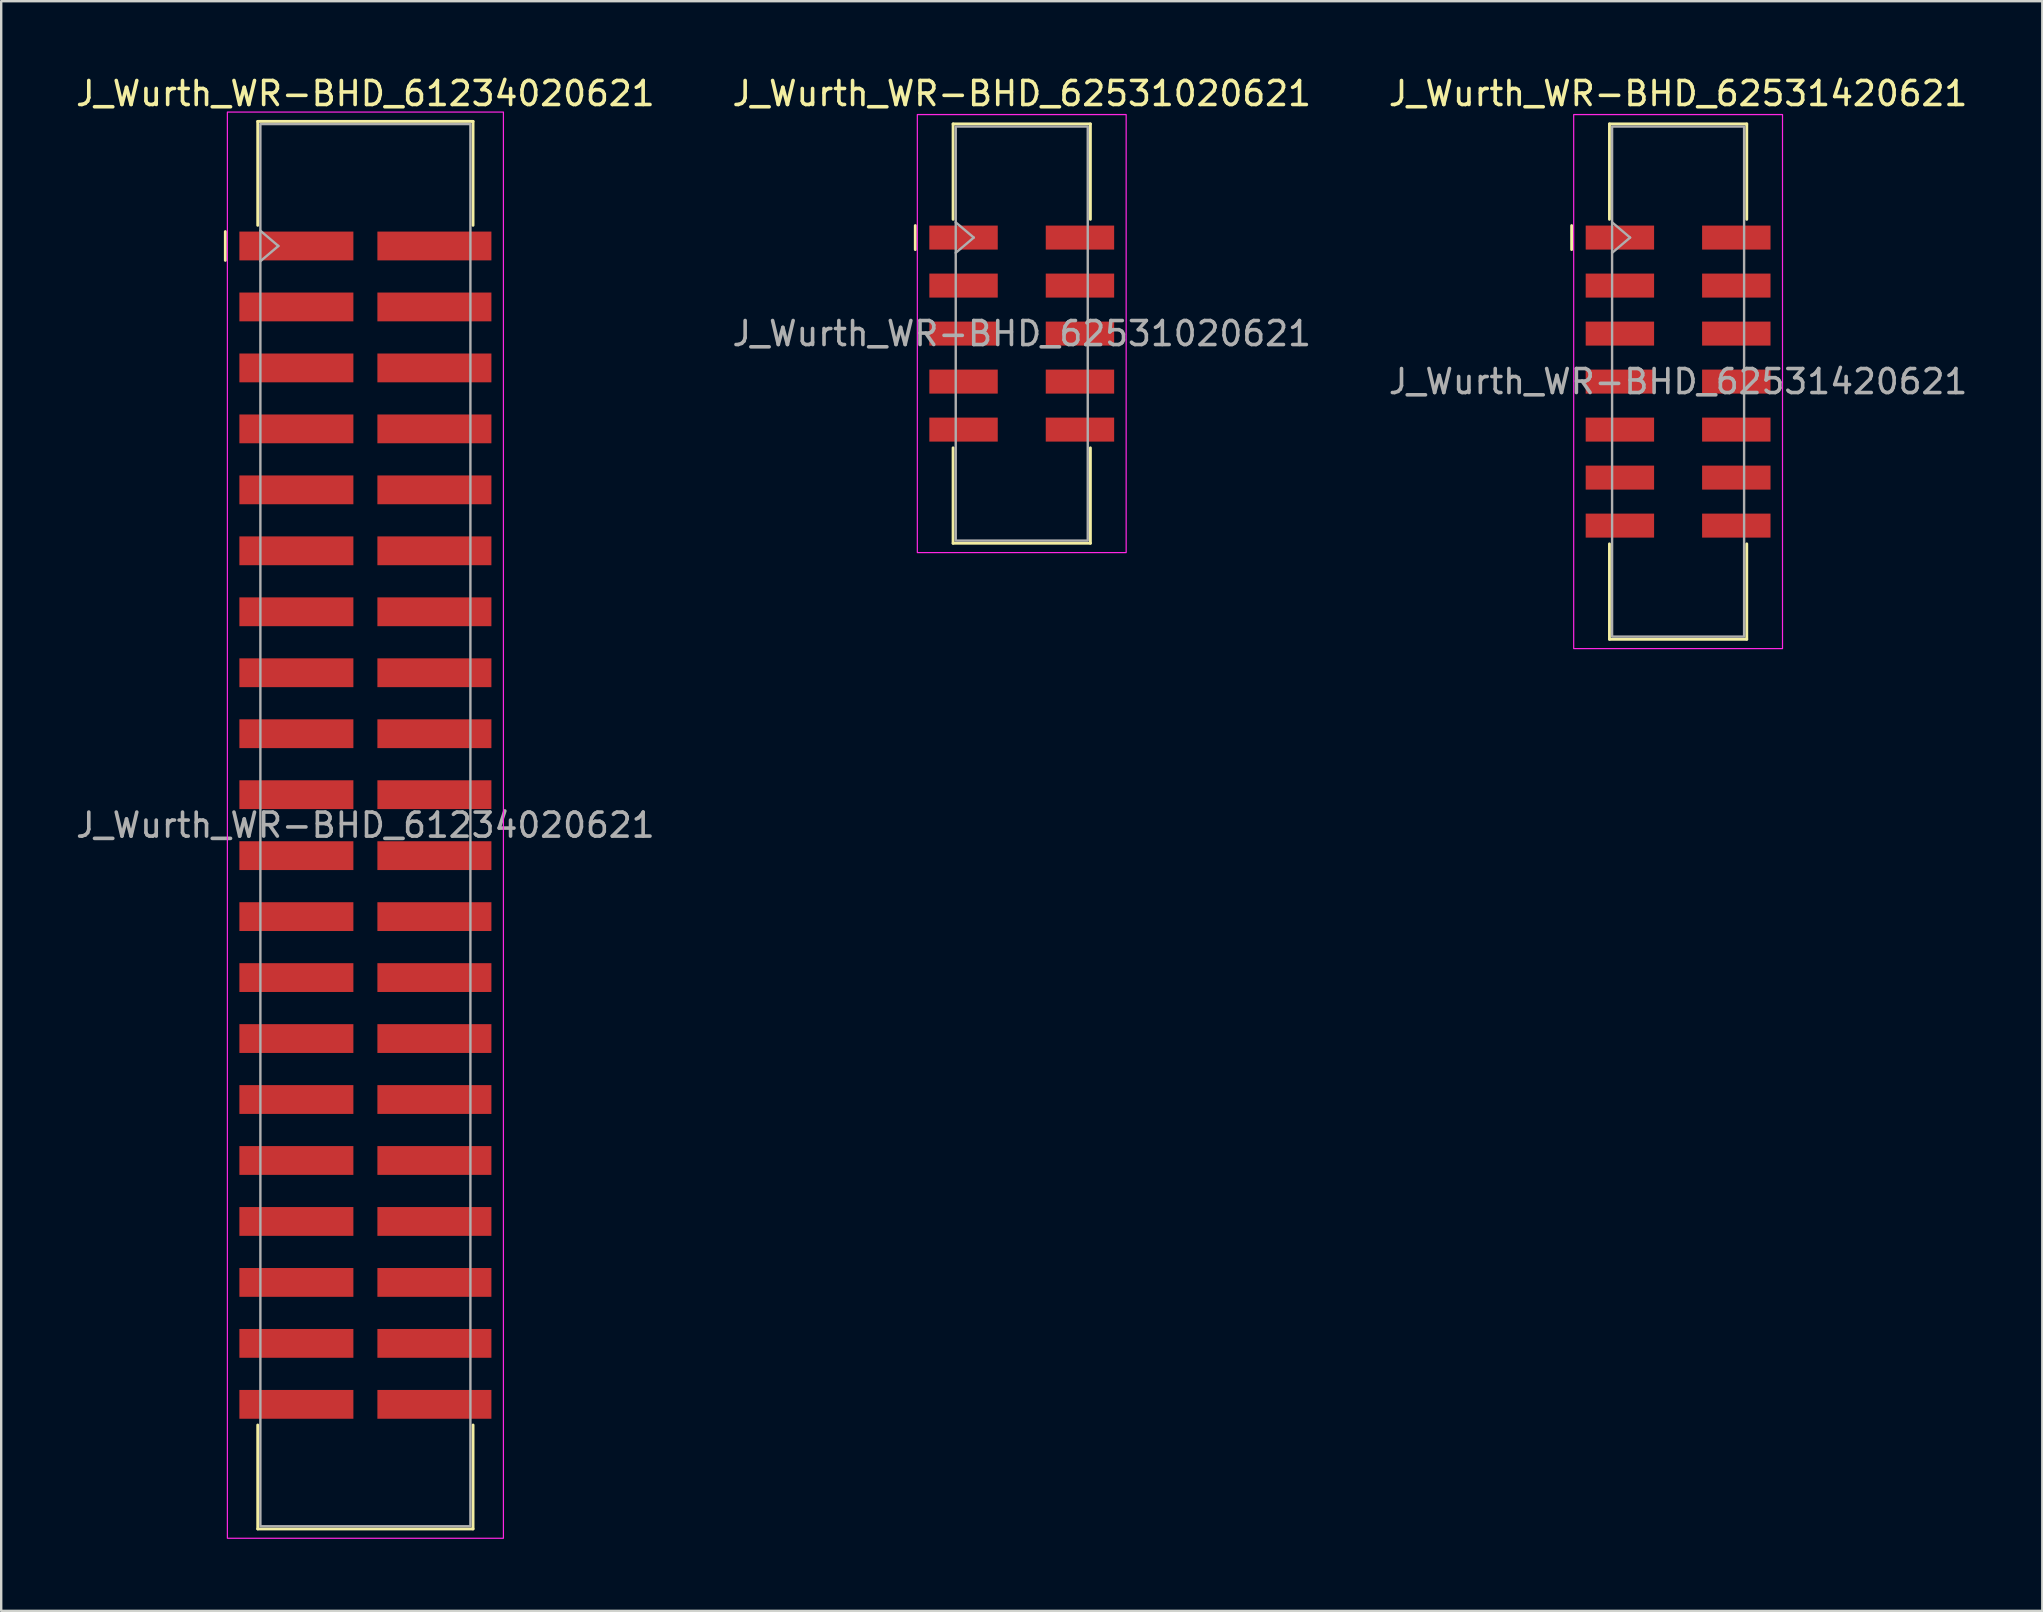
<source format=kicad_pcb>
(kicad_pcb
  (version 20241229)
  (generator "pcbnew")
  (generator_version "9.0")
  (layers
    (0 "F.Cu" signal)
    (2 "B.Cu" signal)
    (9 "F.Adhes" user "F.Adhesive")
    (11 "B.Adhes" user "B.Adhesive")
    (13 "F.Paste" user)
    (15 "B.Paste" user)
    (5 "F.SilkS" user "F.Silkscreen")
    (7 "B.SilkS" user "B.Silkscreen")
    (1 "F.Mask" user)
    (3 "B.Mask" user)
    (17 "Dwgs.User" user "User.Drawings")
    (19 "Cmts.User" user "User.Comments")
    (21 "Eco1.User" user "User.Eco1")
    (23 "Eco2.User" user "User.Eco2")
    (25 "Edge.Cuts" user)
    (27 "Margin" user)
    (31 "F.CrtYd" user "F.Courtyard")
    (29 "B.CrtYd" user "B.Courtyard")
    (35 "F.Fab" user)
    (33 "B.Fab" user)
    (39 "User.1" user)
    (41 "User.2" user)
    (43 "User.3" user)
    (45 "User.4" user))
  (footprint "J_Wurth_WR-BHD_62531420621"
    (layer "F.Cu")
    (at 66.863 12.848)
    (property "Reference" "J_Wurth_WR-BHD_62531420621" (at 0 -12 0) (unlocked yes) (layer "F.SilkS") (effects (font (size 1 1) (thickness 0.15))))
    (attr smd)
    (fp_line (start -4.435 -6.5) (end -4.435 -5.5) (stroke (width 0.12) (type solid)) (layer "F.SilkS"))
    (fp_line (start -2.86 -10.735) (end -2.86 -6.76) (stroke (width 0.12) (type solid)) (layer "F.SilkS"))
    (fp_line (start -2.86 -10.735) (end 2.86 -10.735) (stroke (width 0.12) (type default)) (layer "F.SilkS"))
    (fp_line (start -2.86 6.76) (end -2.86 10.735) (stroke (width 0.12) (type solid)) (layer "F.SilkS"))
    (fp_line (start 2.86 -10.735) (end 2.86 -6.76) (stroke (width 0.12) (type solid)) (layer "F.SilkS"))
    (fp_line (start 2.86 6.76) (end 2.86 10.735) (stroke (width 0.12) (type solid)) (layer "F.SilkS"))
    (fp_line (start 2.86 10.735) (end -2.86 10.735) (stroke (width 0.12) (type default)) (layer "F.SilkS"))
    (fp_rect (start -4.35 -11.125) (end 4.35 11.125) (stroke (width 0.05) (type solid)) (fill no) (layer "F.CrtYd"))
    (fp_line (start -2 -6) (end -2.75 -6.635) (stroke (width 0.1) (type solid)) (layer "F.Fab"))
    (fp_line (start -2 -6) (end -2.75 -5.365) (stroke (width 0.1) (type solid)) (layer "F.Fab"))
    (fp_rect (start -2.75 -10.625) (end 2.75 10.625) (stroke (width 0.1) (type solid)) (fill no) (layer "F.Fab"))
    (fp_text user "${REFERENCE}" (at 0 0 0) (unlocked yes) (layer "F.Fab") (effects (font (size 1 1) (thickness 0.15))))
    (pad "1" smd rect (at -2.425 -6 270) (size 1 2.85) (layers "F.Cu" "F.Mask" "F.Paste"))
    (pad "2" smd rect (at 2.425 -6 270) (size 1 2.85) (layers "F.Cu" "F.Mask" "F.Paste"))
    (pad "3" smd rect (at -2.425 -4 270) (size 1 2.85) (layers "F.Cu" "F.Mask" "F.Paste"))
    (pad "4" smd rect (at 2.425 -4 270) (size 1 2.85) (layers "F.Cu" "F.Mask" "F.Paste"))
    (pad "5" smd rect (at -2.425 -2 270) (size 1 2.85) (layers "F.Cu" "F.Mask" "F.Paste"))
    (pad "6" smd rect (at 2.425 -2 270) (size 1 2.85) (layers "F.Cu" "F.Mask" "F.Paste"))
    (pad "7" smd rect (at -2.425 0 270) (size 1 2.85) (layers "F.Cu" "F.Mask" "F.Paste"))
    (pad "8" smd rect (at 2.425 0 270) (size 1 2.85) (layers "F.Cu" "F.Mask" "F.Paste"))
    (pad "9" smd rect (at -2.425 2 270) (size 1 2.85) (layers "F.Cu" "F.Mask" "F.Paste"))
    (pad "10" smd rect (at 2.425 2 270) (size 1 2.85) (layers "F.Cu" "F.Mask" "F.Paste"))
    (pad "11" smd rect (at -2.425 4 270) (size 1 2.85) (layers "F.Cu" "F.Mask" "F.Paste"))
    (pad "12" smd rect (at 2.425 4 270) (size 1 2.85) (layers "F.Cu" "F.Mask" "F.Paste"))
    (pad "13" smd rect (at -2.425 6 270) (size 1 2.85) (layers "F.Cu" "F.Mask" "F.Paste"))
    (pad "14" smd rect (at 2.425 6 270) (size 1 2.85) (layers "F.Cu" "F.Mask" "F.Paste")))
  (footprint "J_Wurth_WR-BHD_61234020621"
    (layer "F.Cu")
    (at 12.173 31.328)
    (property "Reference" "J_Wurth_WR-BHD_61234020621" (at 0 -30.48 0) (unlocked yes) (layer "F.SilkS") (effects (font (size 1 1) (thickness 0.15))))
    (attr smd)
    (fp_line (start -5.835 -24.73) (end -5.835 -23.53) (stroke (width 0.12) (type solid)) (layer "F.SilkS"))
    (fp_line (start -4.485 -24.99) (end -4.485 -29.32) (stroke (width 0.12) (type solid)) (layer "F.SilkS"))
    (fp_line (start -4.485 29.32) (end -4.485 24.99) (stroke (width 0.12) (type solid)) (layer "F.SilkS"))
    (fp_line (start 4.485 -29.32) (end -4.485 -29.32) (stroke (width 0.12) (type solid)) (layer "F.SilkS"))
    (fp_line (start 4.485 -29.32) (end 4.485 -24.99) (stroke (width 0.12) (type solid)) (layer "F.SilkS"))
    (fp_line (start 4.485 24.99) (end 4.485 29.32) (stroke (width 0.12) (type solid)) (layer "F.SilkS"))
    (fp_line (start 4.485 29.32) (end -4.485 29.32) (stroke (width 0.12) (type solid)) (layer "F.SilkS"))
    (fp_rect (start -5.75 -29.71) (end 5.75 29.71) (stroke (width 0.05) (type solid)) (fill no) (layer "F.CrtYd"))
    (fp_line (start -3.625 -24.13) (end -4.375 -24.765) (stroke (width 0.1) (type solid)) (layer "F.Fab"))
    (fp_line (start -3.625 -24.13) (end -4.375 -23.495) (stroke (width 0.1) (type solid)) (layer "F.Fab"))
    (fp_rect (start -4.375 -29.21) (end 4.375 29.21) (stroke (width 0.1) (type solid)) (fill no) (layer "F.Fab"))
    (fp_text user "${REFERENCE}" (at 0 0 0) (unlocked yes) (layer "F.Fab") (effects (font (size 1 1) (thickness 0.15))))
    (pad "1" smd rect (at -2.875 -24.13 270) (size 1.2 4.75) (layers "F.Cu" "F.Mask" "F.Paste"))
    (pad "2" smd rect (at 2.875 -24.13 270) (size 1.2 4.75) (layers "F.Cu" "F.Mask" "F.Paste"))
    (pad "3" smd rect (at -2.875 -21.59 270) (size 1.2 4.75) (layers "F.Cu" "F.Mask" "F.Paste"))
    (pad "4" smd rect (at 2.875 -21.59 270) (size 1.2 4.75) (layers "F.Cu" "F.Mask" "F.Paste"))
    (pad "5" smd rect (at -2.875 -19.05 270) (size 1.2 4.75) (layers "F.Cu" "F.Mask" "F.Paste"))
    (pad "6" smd rect (at 2.875 -19.05 270) (size 1.2 4.75) (layers "F.Cu" "F.Mask" "F.Paste"))
    (pad "7" smd rect (at -2.875 -16.51 270) (size 1.2 4.75) (layers "F.Cu" "F.Mask" "F.Paste"))
    (pad "8" smd rect (at 2.875 -16.51 270) (size 1.2 4.75) (layers "F.Cu" "F.Mask" "F.Paste"))
    (pad "9" smd rect (at -2.875 -13.97 270) (size 1.2 4.75) (layers "F.Cu" "F.Mask" "F.Paste"))
    (pad "10" smd rect (at 2.875 -13.97 270) (size 1.2 4.75) (layers "F.Cu" "F.Mask" "F.Paste"))
    (pad "11" smd rect (at -2.875 -11.43 270) (size 1.2 4.75) (layers "F.Cu" "F.Mask" "F.Paste"))
    (pad "12" smd rect (at 2.875 -11.43 270) (size 1.2 4.75) (layers "F.Cu" "F.Mask" "F.Paste"))
    (pad "13" smd rect (at -2.875 -8.89 270) (size 1.2 4.75) (layers "F.Cu" "F.Mask" "F.Paste"))
    (pad "14" smd rect (at 2.875 -8.89 270) (size 1.2 4.75) (layers "F.Cu" "F.Mask" "F.Paste"))
    (pad "15" smd rect (at -2.875 -6.35 270) (size 1.2 4.75) (layers "F.Cu" "F.Mask" "F.Paste"))
    (pad "16" smd rect (at 2.875 -6.35 270) (size 1.2 4.75) (layers "F.Cu" "F.Mask" "F.Paste"))
    (pad "17" smd rect (at -2.875 -3.81 270) (size 1.2 4.75) (layers "F.Cu" "F.Mask" "F.Paste"))
    (pad "18" smd rect (at 2.875 -3.81 270) (size 1.2 4.75) (layers "F.Cu" "F.Mask" "F.Paste"))
    (pad "19" smd rect (at -2.875 -1.27 270) (size 1.2 4.75) (layers "F.Cu" "F.Mask" "F.Paste"))
    (pad "20" smd rect (at 2.875 -1.27 270) (size 1.2 4.75) (layers "F.Cu" "F.Mask" "F.Paste"))
    (pad "21" smd rect (at -2.875 1.27 270) (size 1.2 4.75) (layers "F.Cu" "F.Mask" "F.Paste"))
    (pad "22" smd rect (at 2.875 1.27 270) (size 1.2 4.75) (layers "F.Cu" "F.Mask" "F.Paste"))
    (pad "23" smd rect (at -2.875 3.81 270) (size 1.2 4.75) (layers "F.Cu" "F.Mask" "F.Paste"))
    (pad "24" smd rect (at 2.875 3.81 270) (size 1.2 4.75) (layers "F.Cu" "F.Mask" "F.Paste"))
    (pad "25" smd rect (at -2.875 6.35 270) (size 1.2 4.75) (layers "F.Cu" "F.Mask" "F.Paste"))
    (pad "26" smd rect (at 2.875 6.35 270) (size 1.2 4.75) (layers "F.Cu" "F.Mask" "F.Paste"))
    (pad "27" smd rect (at -2.875 8.89 270) (size 1.2 4.75) (layers "F.Cu" "F.Mask" "F.Paste"))
    (pad "28" smd rect (at 2.875 8.89 270) (size 1.2 4.75) (layers "F.Cu" "F.Mask" "F.Paste"))
    (pad "29" smd rect (at -2.875 11.43 270) (size 1.2 4.75) (layers "F.Cu" "F.Mask" "F.Paste"))
    (pad "30" smd rect (at 2.875 11.43 270) (size 1.2 4.75) (layers "F.Cu" "F.Mask" "F.Paste"))
    (pad "31" smd rect (at -2.875 13.97 270) (size 1.2 4.75) (layers "F.Cu" "F.Mask" "F.Paste"))
    (pad "32" smd rect (at 2.875 13.97 270) (size 1.2 4.75) (layers "F.Cu" "F.Mask" "F.Paste"))
    (pad "33" smd rect (at -2.875 16.51 270) (size 1.2 4.75) (layers "F.Cu" "F.Mask" "F.Paste"))
    (pad "34" smd rect (at 2.875 16.51 270) (size 1.2 4.75) (layers "F.Cu" "F.Mask" "F.Paste"))
    (pad "35" smd rect (at -2.875 19.05 270) (size 1.2 4.75) (layers "F.Cu" "F.Mask" "F.Paste"))
    (pad "36" smd rect (at 2.875 19.05 270) (size 1.2 4.75) (layers "F.Cu" "F.Mask" "F.Paste"))
    (pad "37" smd rect (at -2.875 21.59 270) (size 1.2 4.75) (layers "F.Cu" "F.Mask" "F.Paste"))
    (pad "38" smd rect (at 2.875 21.59 270) (size 1.2 4.75) (layers "F.Cu" "F.Mask" "F.Paste"))
    (pad "39" smd rect (at -2.875 24.13 270) (size 1.2 4.75) (layers "F.Cu" "F.Mask" "F.Paste"))
    (pad "40" smd rect (at 2.875 24.13 270) (size 1.2 4.75) (layers "F.Cu" "F.Mask" "F.Paste")))
  (footprint "J_Wurth_WR-BHD_62531020621"
    (layer "F.Cu")
    (at 39.518 10.848)
    (property "Reference" "J_Wurth_WR-BHD_62531020621" (at 0 -10 0) (unlocked yes) (layer "F.SilkS") (effects (font (size 1 1) (thickness 0.15))))
    (attr smd)
    (fp_line (start -4.435 -4.5) (end -4.435 -3.5) (stroke (width 0.12) (type solid)) (layer "F.SilkS"))
    (fp_line (start -2.86 -8.735) (end -2.86 -4.76) (stroke (width 0.12) (type solid)) (layer "F.SilkS"))
    (fp_line (start -2.86 -8.735) (end 2.86 -8.735) (stroke (width 0.12) (type default)) (layer "F.SilkS"))
    (fp_line (start -2.86 4.76) (end -2.86 8.735) (stroke (width 0.12) (type solid)) (layer "F.SilkS"))
    (fp_line (start 2.86 -8.735) (end 2.86 -4.76) (stroke (width 0.12) (type solid)) (layer "F.SilkS"))
    (fp_line (start 2.86 4.76) (end 2.86 8.735) (stroke (width 0.12) (type solid)) (layer "F.SilkS"))
    (fp_line (start 2.86 8.735) (end -2.86 8.735) (stroke (width 0.12) (type default)) (layer "F.SilkS"))
    (fp_rect (start -4.35 -9.125) (end 4.35 9.125) (stroke (width 0.05) (type solid)) (fill no) (layer "F.CrtYd"))
    (fp_line (start -2 -4) (end -2.75 -4.635) (stroke (width 0.1) (type solid)) (layer "F.Fab"))
    (fp_line (start -2 -4) (end -2.75 -3.365) (stroke (width 0.1) (type solid)) (layer "F.Fab"))
    (fp_rect (start -2.75 -8.625) (end 2.75 8.625) (stroke (width 0.1) (type solid)) (fill no) (layer "F.Fab"))
    (fp_text user "${REFERENCE}" (at 0 0 0) (unlocked yes) (layer "F.Fab") (effects (font (size 1 1) (thickness 0.15))))
    (pad "1" smd rect (at -2.425 -4 270) (size 1 2.85) (layers "F.Cu" "F.Mask" "F.Paste"))
    (pad "2" smd rect (at 2.425 -4 270) (size 1 2.85) (layers "F.Cu" "F.Mask" "F.Paste"))
    (pad "3" smd rect (at -2.425 -2 270) (size 1 2.85) (layers "F.Cu" "F.Mask" "F.Paste"))
    (pad "4" smd rect (at 2.425 -2 270) (size 1 2.85) (layers "F.Cu" "F.Mask" "F.Paste"))
    (pad "5" smd rect (at -2.425 0 270) (size 1 2.85) (layers "F.Cu" "F.Mask" "F.Paste"))
    (pad "6" smd rect (at 2.425 0 270) (size 1 2.85) (layers "F.Cu" "F.Mask" "F.Paste"))
    (pad "7" smd rect (at -2.425 2 270) (size 1 2.85) (layers "F.Cu" "F.Mask" "F.Paste"))
    (pad "8" smd rect (at 2.425 2 270) (size 1 2.85) (layers "F.Cu" "F.Mask" "F.Paste"))
    (pad "9" smd rect (at -2.425 4 270) (size 1 2.85) (layers "F.Cu" "F.Mask" "F.Paste"))
    (pad "10" smd rect (at 2.425 4 270) (size 1 2.85) (layers "F.Cu" "F.Mask" "F.Paste")))
  (gr_rect
    (start -3 -3)
    (end 82.036 64.063)
    (stroke (width 0.1) (type default))
    (fill no)
    (layer "Edge.Cuts")))
</source>
